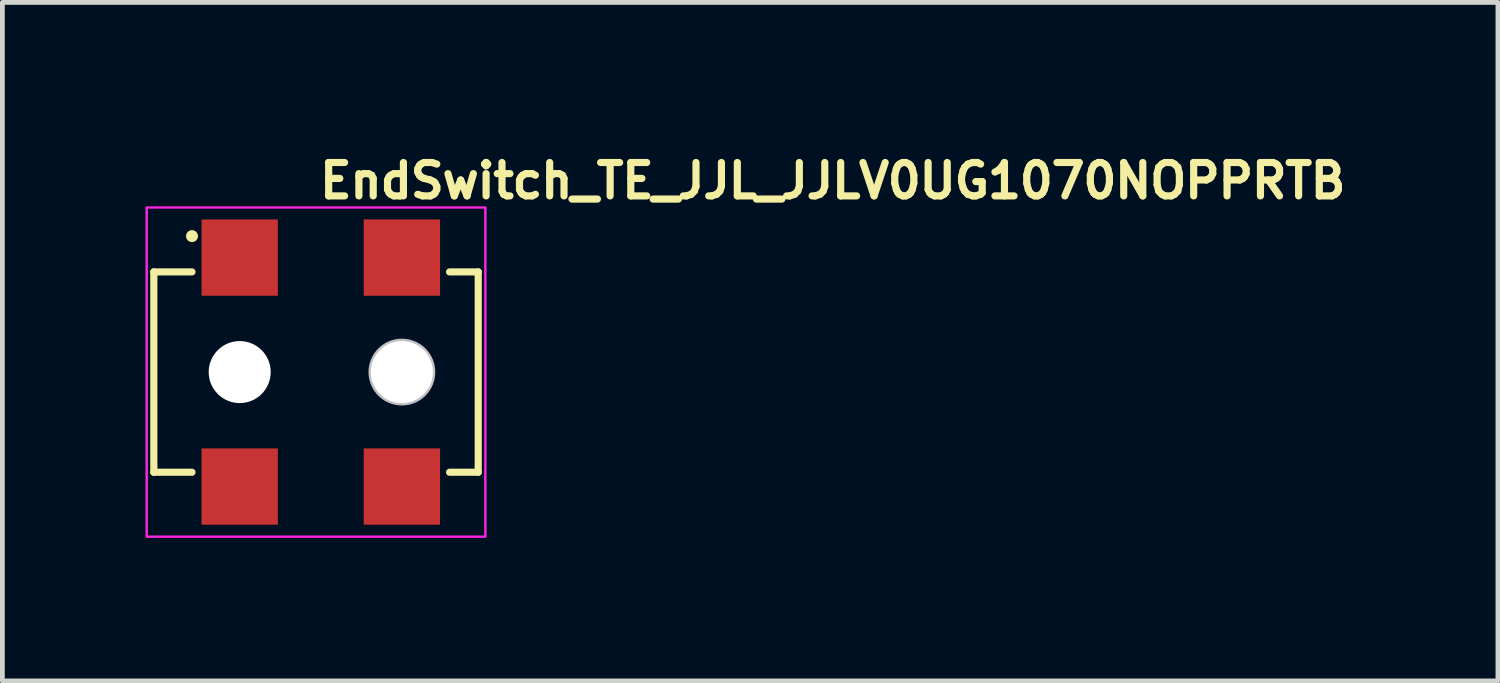
<source format=kicad_pcb>
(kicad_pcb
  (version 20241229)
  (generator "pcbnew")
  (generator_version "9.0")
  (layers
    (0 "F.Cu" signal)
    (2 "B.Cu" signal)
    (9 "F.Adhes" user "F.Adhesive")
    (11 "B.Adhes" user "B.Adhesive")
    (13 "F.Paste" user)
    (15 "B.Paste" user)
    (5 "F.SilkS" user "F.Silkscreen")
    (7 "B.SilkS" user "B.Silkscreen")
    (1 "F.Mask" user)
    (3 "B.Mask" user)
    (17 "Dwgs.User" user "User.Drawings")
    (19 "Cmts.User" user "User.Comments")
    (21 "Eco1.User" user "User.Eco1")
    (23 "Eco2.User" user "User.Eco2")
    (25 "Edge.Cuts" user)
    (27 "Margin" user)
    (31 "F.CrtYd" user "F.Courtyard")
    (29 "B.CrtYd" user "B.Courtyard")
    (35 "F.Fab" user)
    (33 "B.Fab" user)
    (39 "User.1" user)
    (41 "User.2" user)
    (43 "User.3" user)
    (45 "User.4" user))
  (footprint "EndSwitch_TE_JJL_JJLV0UG1070NOPPRTB"
    (layer "F.Cu")
    (at 3.575 4.75)
    (property "Reference" "EndSwitch_TE_JJL_JJLV0UG1070NOPPRTB" (at 0 -3.6 0) (layer "F.SilkS") (effects (font (size 0.7 0.7) (thickness 0.15)) (justify left bottom)))
    (attr smd)
    (fp_line (start -3.4 -2.1) (end -3.4 2.1) (stroke (width 0.15) (type solid)) (layer "F.SilkS"))
    (fp_line (start -3.4 2.1) (end -2.6 2.1) (stroke (width 0.15) (type solid)) (layer "F.SilkS"))
    (fp_line (start -2.6 -2.1) (end -3.4 -2.1) (stroke (width 0.15) (type solid)) (layer "F.SilkS"))
    (fp_line (start 2.8 2.1) (end 3.4 2.1) (stroke (width 0.15) (type solid)) (layer "F.SilkS"))
    (fp_line (start 3.4 -2.1) (end 2.8 -2.1) (stroke (width 0.15) (type solid)) (layer "F.SilkS"))
    (fp_line (start 3.4 2.1) (end 3.4 -2.1) (stroke (width 0.15) (type solid)) (layer "F.SilkS"))
    (fp_circle (center -2.6 -2.85) (end -2.55 -2.85) (stroke (width 0.15) (type solid)) (fill yes) (layer "F.SilkS"))
    (fp_circle (center 1.8 0) (end 2.4 0) (stroke (width 0.2) (type solid)) (fill no) (layer "Dwgs.User"))
    (fp_rect (start -3.55 -3.45) (end 3.55 3.45) (stroke (width 0.05) (type solid)) (fill no) (layer "F.CrtYd"))
    (fp_rect (start 3.3 2.58) (end -3.3 -2.58) (stroke (width 0.1) (type solid)) (fill no) (layer "User.5"))
    (fp_line (start -3.3 1.95) (end -3.3 -1.95) (stroke (width 0.02) (type solid)) (layer "User.9"))
    (fp_line (start -1.95 -2.58) (end -1.25 -2.58) (stroke (width 0.02) (type solid)) (layer "User.9"))
    (fp_line (start -1.95 -1.95) (end -1.95 -2.58) (stroke (width 0.02) (type solid)) (layer "User.9"))
    (fp_line (start -1.95 2.58) (end -1.95 1.95) (stroke (width 0.02) (type solid)) (layer "User.9"))
    (fp_line (start -1.95 2.58) (end -1.25 2.58) (stroke (width 0.02) (type solid)) (layer "User.9"))
    (fp_line (start -1.25 -1.95) (end -1.25 -2.58) (stroke (width 0.02) (type solid)) (layer "User.9"))
    (fp_line (start -1.25 2.58) (end -1.25 1.95) (stroke (width 0.02) (type solid)) (layer "User.9"))
    (fp_line (start -0.55 -1.95) (end -3.3 -1.95) (stroke (width 0.02) (type solid)) (layer "User.9"))
    (fp_line (start -0.55 -1.95) (end -0.55 -1.55) (stroke (width 0.02) (type solid)) (layer "User.9"))
    (fp_line (start -0.55 -1.55) (end -0.55 -1.95) (stroke (width 0.02) (type solid)) (layer "User.9"))
    (fp_line (start -0.55 1.55) (end -0.55 1.95) (stroke (width 0.02) (type solid)) (layer "User.9"))
    (fp_line (start -0.55 1.95) (end -3.3 1.95) (stroke (width 0.02) (type solid)) (layer "User.9"))
    (fp_line (start -0.55 1.95) (end -0.55 1.55) (stroke (width 0.02) (type solid)) (layer "User.9"))
    (fp_line (start -0.48 -1.8) (end -0.48 -1.55) (stroke (width 0.02) (type solid)) (layer "User.9"))
    (fp_line (start -0.48 1.8) (end -0.48 1.55) (stroke (width 0.02) (type solid)) (layer "User.9"))
    (fp_line (start 0.48 -1.8) (end -0.48 -1.8) (stroke (width 0.02) (type solid)) (layer "User.9"))
    (fp_line (start 0.48 -1.8) (end 0.48 -1.55) (stroke (width 0.02) (type solid)) (layer "User.9"))
    (fp_line (start 0.48 1.8) (end -0.48 1.8) (stroke (width 0.02) (type solid)) (layer "User.9"))
    (fp_line (start 0.48 1.8) (end 0.48 1.55) (stroke (width 0.02) (type solid)) (layer "User.9"))
    (fp_line (start 0.55 -1.95) (end -0.55 -1.95) (stroke (width 0.02) (type solid)) (layer "User.9"))
    (fp_line (start 0.55 -1.95) (end 0.55 -1.55) (stroke (width 0.02) (type solid)) (layer "User.9"))
    (fp_line (start 0.55 -1.55) (end -0.55 -1.55) (stroke (width 0.02) (type solid)) (layer "User.9"))
    (fp_line (start 0.55 -1.55) (end 0.55 -1.95) (stroke (width 0.02) (type solid)) (layer "User.9"))
    (fp_line (start 0.55 1.55) (end -0.55 1.55) (stroke (width 0.02) (type solid)) (layer "User.9"))
    (fp_line (start 0.55 1.55) (end 0.55 1.95) (stroke (width 0.02) (type solid)) (layer "User.9"))
    (fp_line (start 0.55 1.95) (end -0.55 1.95) (stroke (width 0.02) (type solid)) (layer "User.9"))
    (fp_line (start 0.55 1.95) (end 0.55 1.55) (stroke (width 0.02) (type solid)) (layer "User.9"))
    (fp_line (start 0.7 -0.022) (end 0.702 -0.074) (stroke (width 0.02) (type solid)) (layer "User.9"))
    (fp_line (start 0.7 0.029) (end 0.7 -0.022) (stroke (width 0.02) (type solid)) (layer "User.9"))
    (fp_line (start 0.701 -0.041) (end 0.7 0.012) (stroke (width 0.02) (type solid)) (layer "User.9"))
    (fp_line (start 0.702 -0.074) (end 0.707 -0.126) (stroke (width 0.02) (type solid)) (layer "User.9"))
    (fp_line (start 0.703 0.08) (end 0.7 0.029) (stroke (width 0.02) (type solid)) (layer "User.9"))
    (fp_line (start 0.704 -0.095) (end 0.701 -0.041) (stroke (width 0.02) (type solid)) (layer "User.9"))
    (fp_line (start 0.707 -0.126) (end 0.707 -0.126) (stroke (width 0.02) (type solid)) (layer "User.9"))
    (fp_line (start 0.707 -0.126) (end 0.714 -0.177) (stroke (width 0.02) (type solid)) (layer "User.9"))
    (fp_line (start 0.708 0.13) (end 0.703 0.08) (stroke (width 0.02) (type solid)) (layer "User.9"))
    (fp_line (start 0.71 -0.147) (end 0.704 -0.095) (stroke (width 0.02) (type solid)) (layer "User.9"))
    (fp_line (start 0.714 -0.177) (end 0.724 -0.228) (stroke (width 0.02) (type solid)) (layer "User.9"))
    (fp_line (start 0.715 0.18) (end 0.708 0.13) (stroke (width 0.02) (type solid)) (layer "User.9"))
    (fp_line (start 0.718 -0.199) (end 0.71 -0.147) (stroke (width 0.02) (type solid)) (layer "User.9"))
    (fp_line (start 0.724 -0.228) (end 0.736 -0.278) (stroke (width 0.02) (type solid)) (layer "User.9"))
    (fp_line (start 0.724 0.229) (end 0.715 0.18) (stroke (width 0.02) (type solid)) (layer "User.9"))
    (fp_line (start 0.729 -0.25) (end 0.718 -0.199) (stroke (width 0.02) (type solid)) (layer "User.9"))
    (fp_line (start 0.735 0.278) (end 0.724 0.229) (stroke (width 0.02) (type solid)) (layer "User.9"))
    (fp_line (start 0.736 -0.278) (end 0.75 -0.327) (stroke (width 0.02) (type solid)) (layer "User.9"))
    (fp_line (start 0.741 -0.3) (end 0.729 -0.25) (stroke (width 0.02) (type solid)) (layer "User.9"))
    (fp_line (start 0.749 0.325) (end 0.735 0.278) (stroke (width 0.02) (type solid)) (layer "User.9"))
    (fp_line (start 0.75 -0.327) (end 0.766 -0.375) (stroke (width 0.02) (type solid)) (layer "User.9"))
    (fp_line (start 0.757 -0.349) (end 0.741 -0.3) (stroke (width 0.02) (type solid)) (layer "User.9"))
    (fp_line (start 0.765 0.372) (end 0.749 0.325) (stroke (width 0.02) (type solid)) (layer "User.9"))
    (fp_line (start 0.766 -0.375) (end 0.784 -0.422) (stroke (width 0.02) (type solid)) (layer "User.9"))
    (fp_line (start 0.774 -0.397) (end 0.757 -0.349) (stroke (width 0.02) (type solid)) (layer "User.9"))
    (fp_line (start 0.783 0.418) (end 0.765 0.372) (stroke (width 0.02) (type solid)) (layer "User.9"))
    (fp_line (start 0.784 -0.422) (end 0.804 -0.468) (stroke (width 0.02) (type solid)) (layer "User.9"))
    (fp_line (start 0.794 -0.444) (end 0.774 -0.397) (stroke (width 0.02) (type solid)) (layer "User.9"))
    (fp_line (start 0.802 0.463) (end 0.783 0.418) (stroke (width 0.02) (type solid)) (layer "User.9"))
    (fp_line (start 0.804 -0.468) (end 0.826 -0.512) (stroke (width 0.02) (type solid)) (layer "User.9"))
    (fp_line (start 0.815 -0.49) (end 0.794 -0.444) (stroke (width 0.02) (type solid)) (layer "User.9"))
    (fp_line (start 0.824 0.508) (end 0.802 0.463) (stroke (width 0.02) (type solid)) (layer "User.9"))
    (fp_line (start 0.826 -0.512) (end 0.85 -0.556) (stroke (width 0.02) (type solid)) (layer "User.9"))
    (fp_line (start 0.839 -0.535) (end 0.815 -0.49) (stroke (width 0.02) (type solid)) (layer "User.9"))
    (fp_line (start 0.848 0.551) (end 0.824 0.508) (stroke (width 0.02) (type solid)) (layer "User.9"))
    (fp_line (start 0.85 -0.556) (end 0.876 -0.598) (stroke (width 0.02) (type solid)) (layer "User.9"))
    (fp_line (start 0.865 -0.579) (end 0.839 -0.535) (stroke (width 0.02) (type solid)) (layer "User.9"))
    (fp_line (start 0.873 0.593) (end 0.848 0.551) (stroke (width 0.02) (type solid)) (layer "User.9"))
    (fp_line (start 0.876 -0.598) (end 0.904 -0.639) (stroke (width 0.02) (type solid)) (layer "User.9"))
    (fp_line (start 0.892 -0.621) (end 0.865 -0.579) (stroke (width 0.02) (type solid)) (layer "User.9"))
    (fp_line (start 0.9 -0.002) (end 0.901 0.039) (stroke (width 0.02) (type solid)) (layer "User.9"))
    (fp_line (start 0.901 -0.043) (end 0.9 -0.002) (stroke (width 0.02) (type solid)) (layer "User.9"))
    (fp_line (start 0.901 0.039) (end 0.903 0.079) (stroke (width 0.02) (type solid)) (layer "User.9"))
    (fp_line (start 0.901 0.633) (end 0.873 0.593) (stroke (width 0.02) (type solid)) (layer "User.9"))
    (fp_line (start 0.903 0.079) (end 0.908 0.119) (stroke (width 0.02) (type solid)) (layer "User.9"))
    (fp_line (start 0.904 -0.639) (end 0.934 -0.678) (stroke (width 0.02) (type solid)) (layer "User.9"))
    (fp_line (start 0.904 -0.085) (end 0.901 -0.043) (stroke (width 0.02) (type solid)) (layer "User.9"))
    (fp_line (start 0.908 0.119) (end 0.914 0.159) (stroke (width 0.02) (type solid)) (layer "User.9"))
    (fp_line (start 0.909 -0.126) (end 0.904 -0.085) (stroke (width 0.02) (type solid)) (layer "User.9"))
    (fp_line (start 0.909 -0.126) (end 0.909 -0.126) (stroke (width 0.02) (type solid)) (layer "User.9"))
    (fp_line (start 0.914 0.159) (end 0.922 0.198) (stroke (width 0.02) (type solid)) (layer "User.9"))
    (fp_line (start 0.916 -0.168) (end 0.909 -0.126) (stroke (width 0.02) (type solid)) (layer "User.9"))
    (fp_line (start 0.922 -0.662) (end 0.892 -0.621) (stroke (width 0.02) (type solid)) (layer "User.9"))
    (fp_line (start 0.922 0.198) (end 0.932 0.237) (stroke (width 0.02) (type solid)) (layer "User.9"))
    (fp_line (start 0.924 -0.208) (end 0.916 -0.168) (stroke (width 0.02) (type solid)) (layer "User.9"))
    (fp_line (start 0.93 0.673) (end 0.901 0.633) (stroke (width 0.02) (type solid)) (layer "User.9"))
    (fp_line (start 0.932 0.237) (end 0.943 0.275) (stroke (width 0.02) (type solid)) (layer "User.9"))
    (fp_line (start 0.934 -0.678) (end 0.965 -0.716) (stroke (width 0.02) (type solid)) (layer "User.9"))
    (fp_line (start 0.935 -0.248) (end 0.924 -0.208) (stroke (width 0.02) (type solid)) (layer "User.9"))
    (fp_line (start 0.943 0.275) (end 0.956 0.313) (stroke (width 0.02) (type solid)) (layer "User.9"))
    (fp_line (start 0.947 -0.287) (end 0.935 -0.248) (stroke (width 0.02) (type solid)) (layer "User.9"))
    (fp_line (start 0.953 -0.702) (end 0.922 -0.662) (stroke (width 0.02) (type solid)) (layer "User.9"))
    (fp_line (start 0.956 0.313) (end 0.971 0.349) (stroke (width 0.02) (type solid)) (layer "User.9"))
    (fp_line (start 0.961 -0.325) (end 0.947 -0.287) (stroke (width 0.02) (type solid)) (layer "User.9"))
    (fp_line (start 0.961 0.711) (end 0.93 0.673) (stroke (width 0.02) (type solid)) (layer "User.9"))
    (fp_line (start 0.965 -0.716) (end 0.998 -0.753) (stroke (width 0.02) (type solid)) (layer "User.9"))
    (fp_line (start 0.971 0.349) (end 1.004 0.421) (stroke (width 0.02) (type solid)) (layer "User.9"))
    (fp_line (start 0.976 -0.362) (end 0.961 -0.325) (stroke (width 0.02) (type solid)) (layer "User.9"))
    (fp_line (start 0.986 -0.74) (end 0.953 -0.702) (stroke (width 0.02) (type solid)) (layer "User.9"))
    (fp_line (start 0.993 -0.399) (end 0.976 -0.362) (stroke (width 0.02) (type solid)) (layer "User.9"))
    (fp_line (start 0.993 0.748) (end 0.961 0.711) (stroke (width 0.02) (type solid)) (layer "User.9"))
    (fp_line (start 0.998 -0.753) (end 1.032 -0.788) (stroke (width 0.02) (type solid)) (layer "User.9"))
    (fp_line (start 1.004 0.421) (end 1.044 0.489) (stroke (width 0.02) (type solid)) (layer "User.9"))
    (fp_line (start 1.012 -0.434) (end 0.993 -0.399) (stroke (width 0.02) (type solid)) (layer "User.9"))
    (fp_line (start 1.021 -0.776) (end 0.986 -0.74) (stroke (width 0.02) (type solid)) (layer "User.9"))
    (fp_line (start 1.027 0.783) (end 0.993 0.748) (stroke (width 0.02) (type solid)) (layer "User.9"))
    (fp_line (start 1.032 -0.788) (end 1.068 -0.821) (stroke (width 0.02) (type solid)) (layer "User.9"))
    (fp_line (start 1.032 -0.469) (end 1.012 -0.434) (stroke (width 0.02) (type solid)) (layer "User.9"))
    (fp_line (start 1.044 0.489) (end 1.09 0.553) (stroke (width 0.02) (type solid)) (layer "User.9"))
    (fp_line (start 1.053 -0.502) (end 1.032 -0.469) (stroke (width 0.02) (type solid)) (layer "User.9"))
    (fp_line (start 1.057 -0.811) (end 1.021 -0.776) (stroke (width 0.02) (type solid)) (layer "User.9"))
    (fp_line (start 1.063 0.817) (end 1.027 0.783) (stroke (width 0.02) (type solid)) (layer "User.9"))
    (fp_line (start 1.068 -0.821) (end 1.105 -0.853) (stroke (width 0.02) (type solid)) (layer "User.9"))
    (fp_line (start 1.076 -0.535) (end 1.053 -0.502) (stroke (width 0.02) (type solid)) (layer "User.9"))
    (fp_line (start 1.09 0.553) (end 1.141 0.613) (stroke (width 0.02) (type solid)) (layer "User.9"))
    (fp_line (start 1.095 -0.845) (end 1.057 -0.811) (stroke (width 0.02) (type solid)) (layer "User.9"))
    (fp_line (start 1.1 -0.566) (end 1.076 -0.535) (stroke (width 0.02) (type solid)) (layer "User.9"))
    (fp_line (start 1.101 0.849) (end 1.063 0.817) (stroke (width 0.02) (type solid)) (layer "User.9"))
    (fp_line (start 1.105 -0.853) (end 1.144 -0.883) (stroke (width 0.02) (type solid)) (layer "User.9"))
    (fp_line (start 1.126 -0.596) (end 1.1 -0.566) (stroke (width 0.02) (type solid)) (layer "User.9"))
    (fp_line (start 1.135 -0.876) (end 1.095 -0.845) (stroke (width 0.02) (type solid)) (layer "User.9"))
    (fp_line (start 1.139 0.88) (end 1.101 0.849) (stroke (width 0.02) (type solid)) (layer "User.9"))
    (fp_line (start 1.141 0.613) (end 1.169 0.642) (stroke (width 0.02) (type solid)) (layer "User.9"))
    (fp_line (start 1.144 -0.883) (end 1.184 -0.912) (stroke (width 0.02) (type solid)) (layer "User.9"))
    (fp_line (start 1.153 -0.625) (end 1.126 -0.596) (stroke (width 0.02) (type solid)) (layer "User.9"))
    (fp_line (start 1.169 0.642) (end 1.198 0.669) (stroke (width 0.02) (type solid)) (layer "User.9"))
    (fp_line (start 1.176 -0.906) (end 1.135 -0.876) (stroke (width 0.02) (type solid)) (layer "User.9"))
    (fp_line (start 1.18 0.909) (end 1.139 0.88) (stroke (width 0.02) (type solid)) (layer "User.9"))
    (fp_line (start 1.181 -0.653) (end 1.153 -0.625) (stroke (width 0.02) (type solid)) (layer "User.9"))
    (fp_line (start 1.184 -0.912) (end 1.226 -0.938) (stroke (width 0.02) (type solid)) (layer "User.9"))
    (fp_line (start 1.198 0.669) (end 1.228 0.695) (stroke (width 0.02) (type solid)) (layer "User.9"))
    (fp_line (start 1.21 -0.68) (end 1.181 -0.653) (stroke (width 0.02) (type solid)) (layer "User.9"))
    (fp_line (start 1.218 -0.934) (end 1.176 -0.906) (stroke (width 0.02) (type solid)) (layer "User.9"))
    (fp_line (start 1.218 -0.017) (end 1.22 -0.057) (stroke (width 0.02) (type solid)) (layer "User.9"))
    (fp_line (start 1.218 -0.017) (end 1.22 0.023) (stroke (width 0.02) (type solid)) (layer "User.9"))
    (fp_line (start 1.22 -0.057) (end 1.223 -0.097) (stroke (width 0.02) (type solid)) (layer "User.9"))
    (fp_line (start 1.22 0.023) (end 1.223 0.062) (stroke (width 0.02) (type solid)) (layer "User.9"))
    (fp_line (start 1.222 0.936) (end 1.18 0.909) (stroke (width 0.02) (type solid)) (layer "User.9"))
    (fp_line (start 1.223 -0.097) (end 1.23 -0.136) (stroke (width 0.02) (type solid)) (layer "User.9"))
    (fp_line (start 1.223 0.062) (end 1.23 0.101) (stroke (width 0.02) (type solid)) (layer "User.9"))
    (fp_line (start 1.226 -0.938) (end 1.268 -0.963) (stroke (width 0.02) (type solid)) (layer "User.9"))
    (fp_line (start 1.228 0.695) (end 1.259 0.72) (stroke (width 0.02) (type solid)) (layer "User.9"))
    (fp_line (start 1.23 -0.136) (end 1.239 -0.174) (stroke (width 0.02) (type solid)) (layer "User.9"))
    (fp_line (start 1.23 0.101) (end 1.239 0.139) (stroke (width 0.02) (type solid)) (layer "User.9"))
    (fp_line (start 1.239 -0.174) (end 1.25 -0.211) (stroke (width 0.02) (type solid)) (layer "User.9"))
    (fp_line (start 1.239 0.139) (end 1.25 0.177) (stroke (width 0.02) (type solid)) (layer "User.9"))
    (fp_line (start 1.24 -0.705) (end 1.21 -0.68) (stroke (width 0.02) (type solid)) (layer "User.9"))
    (fp_line (start 1.25 -0.211) (end 1.264 -0.247) (stroke (width 0.02) (type solid)) (layer "User.9"))
    (fp_line (start 1.25 0.177) (end 1.264 0.213) (stroke (width 0.02) (type solid)) (layer "User.9"))
    (fp_line (start 1.259 0.72) (end 1.292 0.743) (stroke (width 0.02) (type solid)) (layer "User.9"))
    (fp_line (start 1.262 -0.96) (end 1.218 -0.934) (stroke (width 0.02) (type solid)) (layer "User.9"))
    (fp_line (start 1.264 -0.247) (end 1.28 -0.283) (stroke (width 0.02) (type solid)) (layer "User.9"))
    (fp_line (start 1.264 0.213) (end 1.28 0.249) (stroke (width 0.02) (type solid)) (layer "User.9"))
    (fp_line (start 1.265 0.961) (end 1.222 0.936) (stroke (width 0.02) (type solid)) (layer "User.9"))
    (fp_line (start 1.268 -0.963) (end 1.312 -0.986) (stroke (width 0.02) (type solid)) (layer "User.9"))
    (fp_line (start 1.272 -0.729) (end 1.24 -0.705) (stroke (width 0.02) (type solid)) (layer "User.9"))
    (fp_line (start 1.28 -0.283) (end 1.299 -0.317) (stroke (width 0.02) (type solid)) (layer "User.9"))
    (fp_line (start 1.28 0.249) (end 1.299 0.283) (stroke (width 0.02) (type solid)) (layer "User.9"))
    (fp_line (start 1.292 0.743) (end 1.326 0.765) (stroke (width 0.02) (type solid)) (layer "User.9"))
    (fp_line (start 1.299 -0.317) (end 1.319 -0.35) (stroke (width 0.02) (type solid)) (layer "User.9"))
    (fp_line (start 1.299 0.283) (end 1.319 0.316) (stroke (width 0.02) (type solid)) (layer "User.9"))
    (fp_line (start 1.3 -2.58) (end 2 -2.58) (stroke (width 0.02) (type solid)) (layer "User.9"))
    (fp_line (start 1.3 -1.95) (end 1.3 -2.58) (stroke (width 0.02) (type solid)) (layer "User.9"))
    (fp_line (start 1.3 2.58) (end 1.3 1.95) (stroke (width 0.02) (type solid)) (layer "User.9"))
    (fp_line (start 1.3 2.58) (end 2 2.58) (stroke (width 0.02) (type solid)) (layer "User.9"))
    (fp_line (start 1.304 -0.751) (end 1.272 -0.729) (stroke (width 0.02) (type solid)) (layer "User.9"))
    (fp_line (start 1.307 -0.984) (end 1.262 -0.96) (stroke (width 0.02) (type solid)) (layer "User.9"))
    (fp_line (start 1.309 0.985) (end 1.265 0.961) (stroke (width 0.02) (type solid)) (layer "User.9"))
    (fp_line (start 1.312 -0.986) (end 1.357 -1.007) (stroke (width 0.02) (type solid)) (layer "User.9"))
    (fp_line (start 1.319 -0.35) (end 1.342 -0.382) (stroke (width 0.02) (type solid)) (layer "User.9"))
    (fp_line (start 1.319 0.316) (end 1.342 0.347) (stroke (width 0.02) (type solid)) (layer "User.9"))
    (fp_line (start 1.326 0.765) (end 1.36 0.785) (stroke (width 0.02) (type solid)) (layer "User.9"))
    (fp_line (start 1.338 -0.772) (end 1.304 -0.751) (stroke (width 0.02) (type solid)) (layer "User.9"))
    (fp_line (start 1.342 -0.382) (end 1.366 -0.412) (stroke (width 0.02) (type solid)) (layer "User.9"))
    (fp_line (start 1.342 0.347) (end 1.366 0.378) (stroke (width 0.02) (type solid)) (layer "User.9"))
    (fp_line (start 1.353 -1.005) (end 1.307 -0.984) (stroke (width 0.02) (type solid)) (layer "User.9"))
    (fp_line (start 1.355 1.006) (end 1.309 0.985) (stroke (width 0.02) (type solid)) (layer "User.9"))
    (fp_line (start 1.357 -1.007) (end 1.402 -1.026) (stroke (width 0.02) (type solid)) (layer "User.9"))
    (fp_line (start 1.36 0.785) (end 1.396 0.804) (stroke (width 0.02) (type solid)) (layer "User.9"))
    (fp_line (start 1.366 -0.412) (end 1.393 -0.44) (stroke (width 0.02) (type solid)) (layer "User.9"))
    (fp_line (start 1.366 0.378) (end 1.393 0.406) (stroke (width 0.02) (type solid)) (layer "User.9"))
    (fp_line (start 1.372 -0.792) (end 1.338 -0.772) (stroke (width 0.02) (type solid)) (layer "User.9"))
    (fp_line (start 1.393 -0.44) (end 1.422 -0.467) (stroke (width 0.02) (type solid)) (layer "User.9"))
    (fp_line (start 1.393 0.406) (end 1.422 0.433) (stroke (width 0.02) (type solid)) (layer "User.9"))
    (fp_line (start 1.396 0.804) (end 1.433 0.822) (stroke (width 0.02) (type solid)) (layer "User.9"))
    (fp_line (start 1.401 -1.025) (end 1.353 -1.005) (stroke (width 0.02) (type solid)) (layer "User.9"))
    (fp_line (start 1.402 -1.026) (end 1.449 -1.043) (stroke (width 0.02) (type solid)) (layer "User.9"))
    (fp_line (start 1.402 1.026) (end 1.355 1.006) (stroke (width 0.02) (type solid)) (layer "User.9"))
    (fp_line (start 1.407 -0.81) (end 1.372 -0.792) (stroke (width 0.02) (type solid)) (layer "User.9"))
    (fp_line (start 1.415 -0.017) (end 1.416 -0.044) (stroke (width 0.02) (type solid)) (layer "User.9"))
    (fp_line (start 1.415 -0.017) (end 1.416 0.01) (stroke (width 0.02) (type solid)) (layer "User.9"))
    (fp_line (start 1.416 -0.044) (end 1.419 -0.071) (stroke (width 0.02) (type solid)) (layer "User.9"))
    (fp_line (start 1.416 0.01) (end 1.419 0.036) (stroke (width 0.02) (type solid)) (layer "User.9"))
    (fp_line (start 1.419 -0.071) (end 1.423 -0.097) (stroke (width 0.02) (type solid)) (layer "User.9"))
    (fp_line (start 1.419 0.036) (end 1.423 0.062) (stroke (width 0.02) (type solid)) (layer "User.9"))
    (fp_line (start 1.422 -0.467) (end 1.452 -0.492) (stroke (width 0.02) (type solid)) (layer "User.9"))
    (fp_line (start 1.422 0.433) (end 1.452 0.458) (stroke (width 0.02) (type solid)) (layer "User.9"))
    (fp_line (start 1.423 -0.097) (end 1.429 -0.122) (stroke (width 0.02) (type solid)) (layer "User.9"))
    (fp_line (start 1.423 0.062) (end 1.429 0.088) (stroke (width 0.02) (type solid)) (layer "User.9"))
    (fp_line (start 1.429 -0.122) (end 1.437 -0.147) (stroke (width 0.02) (type solid)) (layer "User.9"))
    (fp_line (start 1.429 0.088) (end 1.437 0.113) (stroke (width 0.02) (type solid)) (layer "User.9"))
    (fp_line (start 1.433 0.822) (end 1.471 0.838) (stroke (width 0.02) (type solid)) (layer "User.9"))
    (fp_line (start 1.437 -0.147) (end 1.446 -0.172) (stroke (width 0.02) (type solid)) (layer "User.9"))
    (fp_line (start 1.437 0.113) (end 1.446 0.138) (stroke (width 0.02) (type solid)) (layer "User.9"))
    (fp_line (start 1.444 -0.827) (end 1.407 -0.81) (stroke (width 0.02) (type solid)) (layer "User.9"))
    (fp_line (start 1.446 -0.172) (end 1.457 -0.196) (stroke (width 0.02) (type solid)) (layer "User.9"))
    (fp_line (start 1.446 0.138) (end 1.457 0.161) (stroke (width 0.02) (type solid)) (layer "User.9"))
    (fp_line (start 1.449 -1.043) (end 1.497 -1.058) (stroke (width 0.02) (type solid)) (layer "User.9"))
    (fp_line (start 1.45 -1.043) (end 1.401 -1.025) (stroke (width 0.02) (type solid)) (layer "User.9"))
    (fp_line (start 1.45 1.043) (end 1.402 1.026) (stroke (width 0.02) (type solid)) (layer "User.9"))
    (fp_line (start 1.452 -0.492) (end 1.484 -0.516) (stroke (width 0.02) (type solid)) (layer "User.9"))
    (fp_line (start 1.452 0.458) (end 1.484 0.481) (stroke (width 0.02) (type solid)) (layer "User.9"))
    (fp_line (start 1.457 -0.196) (end 1.469 -0.219) (stroke (width 0.02) (type solid)) (layer "User.9"))
    (fp_line (start 1.457 0.161) (end 1.469 0.184) (stroke (width 0.02) (type solid)) (layer "User.9"))
    (fp_line (start 1.469 -0.219) (end 1.483 -0.241) (stroke (width 0.02) (type solid)) (layer "User.9"))
    (fp_line (start 1.469 0.184) (end 1.483 0.207) (stroke (width 0.02) (type solid)) (layer "User.9"))
    (fp_line (start 1.471 0.838) (end 1.51 0.852) (stroke (width 0.02) (type solid)) (layer "User.9"))
    (fp_line (start 1.48 -0.842) (end 1.444 -0.827) (stroke (width 0.02) (type solid)) (layer "User.9"))
    (fp_line (start 1.483 -0.241) (end 1.498 -0.262) (stroke (width 0.02) (type solid)) (layer "User.9"))
    (fp_line (start 1.483 0.207) (end 1.498 0.228) (stroke (width 0.02) (type solid)) (layer "User.9"))
    (fp_line (start 1.484 -0.516) (end 1.518 -0.537) (stroke (width 0.02) (type solid)) (layer "User.9"))
    (fp_line (start 1.484 0.481) (end 1.518 0.502) (stroke (width 0.02) (type solid)) (layer "User.9"))
    (fp_line (start 1.497 -1.058) (end 1.546 -1.07) (stroke (width 0.02) (type solid)) (layer "User.9"))
    (fp_line (start 1.498 -0.262) (end 1.515 -0.282) (stroke (width 0.02) (type solid)) (layer "User.9"))
    (fp_line (start 1.498 0.228) (end 1.515 0.248) (stroke (width 0.02) (type solid)) (layer "User.9"))
    (fp_line (start 1.499 -1.058) (end 1.45 -1.043) (stroke (width 0.02) (type solid)) (layer "User.9"))
    (fp_line (start 1.5 1.058) (end 1.45 1.043) (stroke (width 0.02) (type solid)) (layer "User.9"))
    (fp_line (start 1.51 0.852) (end 1.55 0.865) (stroke (width 0.02) (type solid)) (layer "User.9"))
    (fp_line (start 1.515 -0.282) (end 1.533 -0.302) (stroke (width 0.02) (type solid)) (layer "User.9"))
    (fp_line (start 1.515 0.248) (end 1.533 0.267) (stroke (width 0.02) (type solid)) (layer "User.9"))
    (fp_line (start 1.518 -0.855) (end 1.48 -0.842) (stroke (width 0.02) (type solid)) (layer "User.9"))
    (fp_line (start 1.518 -0.537) (end 1.518 -0.537) (stroke (width 0.02) (type solid)) (layer "User.9"))
    (fp_line (start 1.518 -0.537) (end 1.553 -0.556) (stroke (width 0.02) (type solid)) (layer "User.9"))
    (fp_line (start 1.518 0.502) (end 1.518 0.502) (stroke (width 0.02) (type solid)) (layer "User.9"))
    (fp_line (start 1.518 0.502) (end 1.553 0.521) (stroke (width 0.02) (type solid)) (layer "User.9"))
    (fp_line (start 1.533 -0.302) (end 1.552 -0.32) (stroke (width 0.02) (type solid)) (layer "User.9"))
    (fp_line (start 1.533 0.267) (end 1.552 0.285) (stroke (width 0.02) (type solid)) (layer "User.9"))
    (fp_line (start 1.546 -1.07) (end 1.595 -1.081) (stroke (width 0.02) (type solid)) (layer "User.9"))
    (fp_line (start 1.55 -1.071) (end 1.499 -1.058) (stroke (width 0.02) (type solid)) (layer "User.9"))
    (fp_line (start 1.55 0.865) (end 1.55 1.071) (stroke (width 0.02) (type solid)) (layer "User.9"))
    (fp_line (start 1.55 0.865) (end 1.55 1.7) (stroke (width 0.02) (type solid)) (layer "User.9"))
    (fp_line (start 1.55 1.071) (end 1.5 1.058) (stroke (width 0.02) (type solid)) (layer "User.9"))
    (fp_line (start 1.55 1.071) (end 1.55 1.7) (stroke (width 0.02) (type solid)) (layer "User.9"))
    (fp_line (start 1.55 1.7) (end 2.05 1.7) (stroke (width 0.02) (type solid)) (layer "User.9"))
    (fp_line (start 1.552 -0.32) (end 1.572 -0.336) (stroke (width 0.02) (type solid)) (layer "User.9"))
    (fp_line (start 1.552 0.285) (end 1.572 0.302) (stroke (width 0.02) (type solid)) (layer "User.9"))
    (fp_line (start 1.553 -0.556) (end 1.59 -0.572) (stroke (width 0.02) (type solid)) (layer "User.9"))
    (fp_line (start 1.553 0.521) (end 1.59 0.538) (stroke (width 0.02) (type solid)) (layer "User.9"))
    (fp_line (start 1.557 -0.867) (end 1.518 -0.855) (stroke (width 0.02) (type solid)) (layer "User.9"))
    (fp_line (start 1.572 -0.336) (end 1.594 -0.352) (stroke (width 0.02) (type solid)) (layer "User.9"))
    (fp_line (start 1.572 0.302) (end 1.594 0.318) (stroke (width 0.02) (type solid)) (layer "User.9"))
    (fp_line (start 1.59 -0.572) (end 1.627 -0.586) (stroke (width 0.02) (type solid)) (layer "User.9"))
    (fp_line (start 1.59 0.538) (end 1.627 0.551) (stroke (width 0.02) (type solid)) (layer "User.9"))
    (fp_line (start 1.594 -0.352) (end 1.617 -0.366) (stroke (width 0.02) (type solid)) (layer "User.9"))
    (fp_line (start 1.594 0.318) (end 1.617 0.332) (stroke (width 0.02) (type solid)) (layer "User.9"))
    (fp_line (start 1.595 -1.081) (end 1.645 -1.089) (stroke (width 0.02) (type solid)) (layer "User.9"))
    (fp_line (start 1.596 -0.877) (end 1.557 -0.867) (stroke (width 0.02) (type solid)) (layer "User.9"))
    (fp_line (start 1.602 -1.082) (end 1.55 -1.071) (stroke (width 0.02) (type solid)) (layer "User.9"))
    (fp_line (start 1.617 -0.366) (end 1.617 -0.366) (stroke (width 0.02) (type solid)) (layer "User.9"))
    (fp_line (start 1.617 -0.366) (end 1.64 -0.379) (stroke (width 0.02) (type solid)) (layer "User.9"))
    (fp_line (start 1.617 0.332) (end 1.617 0.332) (stroke (width 0.02) (type solid)) (layer "User.9"))
    (fp_line (start 1.617 0.332) (end 1.64 0.345) (stroke (width 0.02) (type solid)) (layer "User.9"))
    (fp_line (start 1.627 -0.586) (end 1.664 -0.597) (stroke (width 0.02) (type solid)) (layer "User.9"))
    (fp_line (start 1.627 0.551) (end 1.664 0.563) (stroke (width 0.02) (type solid)) (layer "User.9"))
    (fp_line (start 1.636 -0.885) (end 1.596 -0.877) (stroke (width 0.02) (type solid)) (layer "User.9"))
    (fp_line (start 1.64 -0.379) (end 1.665 -0.39) (stroke (width 0.02) (type solid)) (layer "User.9"))
    (fp_line (start 1.64 0.345) (end 1.665 0.356) (stroke (width 0.02) (type solid)) (layer "User.9"))
    (fp_line (start 1.645 -1.089) (end 1.696 -1.095) (stroke (width 0.02) (type solid)) (layer "User.9"))
    (fp_line (start 1.654 -1.09) (end 1.602 -1.082) (stroke (width 0.02) (type solid)) (layer "User.9"))
    (fp_line (start 1.664 -0.597) (end 1.702 -0.606) (stroke (width 0.02) (type solid)) (layer "User.9"))
    (fp_line (start 1.664 0.563) (end 1.702 0.572) (stroke (width 0.02) (type solid)) (layer "User.9"))
    (fp_line (start 1.665 -0.39) (end 1.689 -0.399) (stroke (width 0.02) (type solid)) (layer "User.9"))
    (fp_line (start 1.665 0.356) (end 1.689 0.365) (stroke (width 0.02) (type solid)) (layer "User.9"))
    (fp_line (start 1.676 -0.891) (end 1.636 -0.885) (stroke (width 0.02) (type solid)) (layer "User.9"))
    (fp_line (start 1.689 -0.399) (end 1.715 -0.407) (stroke (width 0.02) (type solid)) (layer "User.9"))
    (fp_line (start 1.689 0.365) (end 1.715 0.372) (stroke (width 0.02) (type solid)) (layer "User.9"))
    (fp_line (start 1.696 -1.095) (end 1.748 -1.099) (stroke (width 0.02) (type solid)) (layer "User.9"))
    (fp_line (start 1.702 -0.606) (end 1.741 -0.612) (stroke (width 0.02) (type solid)) (layer "User.9"))
    (fp_line (start 1.702 0.572) (end 1.741 0.578) (stroke (width 0.02) (type solid)) (layer "User.9"))
    (fp_line (start 1.708 -1.096) (end 1.654 -1.09) (stroke (width 0.02) (type solid)) (layer "User.9"))
    (fp_line (start 1.708 -1.096) (end 1.708 -1.096) (stroke (width 0.02) (type solid)) (layer "User.9"))
    (fp_line (start 1.715 -0.407) (end 1.74 -0.413) (stroke (width 0.02) (type solid)) (layer "User.9"))
    (fp_line (start 1.715 0.372) (end 1.74 0.378) (stroke (width 0.02) (type solid)) (layer "User.9"))
    (fp_line (start 1.717 -0.896) (end 1.676 -0.891) (stroke (width 0.02) (type solid)) (layer "User.9"))
    (fp_line (start 1.74 -0.413) (end 1.766 -0.417) (stroke (width 0.02) (type solid)) (layer "User.9"))
    (fp_line (start 1.74 0.378) (end 1.766 0.383) (stroke (width 0.02) (type solid)) (layer "User.9"))
    (fp_line (start 1.741 -0.612) (end 1.779 -0.616) (stroke (width 0.02) (type solid)) (layer "User.9"))
    (fp_line (start 1.741 0.578) (end 1.779 0.582) (stroke (width 0.02) (type solid)) (layer "User.9"))
    (fp_line (start 1.748 -1.099) (end 1.8 -1.1) (stroke (width 0.02) (type solid)) (layer "User.9"))
    (fp_line (start 1.758 -0.899) (end 1.717 -0.896) (stroke (width 0.02) (type solid)) (layer "User.9"))
    (fp_line (start 1.761 -1.099) (end 1.708 -1.096) (stroke (width 0.02) (type solid)) (layer "User.9"))
    (fp_line (start 1.766 -0.417) (end 1.792 -0.419) (stroke (width 0.02) (type solid)) (layer "User.9"))
    (fp_line (start 1.766 0.383) (end 1.792 0.385) (stroke (width 0.02) (type solid)) (layer "User.9"))
    (fp_line (start 1.779 -0.616) (end 1.818 -0.617) (stroke (width 0.02) (type solid)) (layer "User.9"))
    (fp_line (start 1.779 0.582) (end 1.818 0.583) (stroke (width 0.02) (type solid)) (layer "User.9"))
    (fp_line (start 1.792 -0.419) (end 1.818 -0.42) (stroke (width 0.02) (type solid)) (layer "User.9"))
    (fp_line (start 1.792 0.385) (end 1.818 0.386) (stroke (width 0.02) (type solid)) (layer "User.9"))
    (fp_line (start 1.8 -1.1) (end 1.8 -1.1) (stroke (width 0.02) (type solid)) (layer "User.9"))
    (fp_line (start 1.8 -1.1) (end 1.852 -1.099) (stroke (width 0.02) (type solid)) (layer "User.9"))
    (fp_line (start 1.8 -0.9) (end 1.758 -0.899) (stroke (width 0.02) (type solid)) (layer "User.9"))
    (fp_line (start 1.8 -0.9) (end 1.8 -0.9) (stroke (width 0.02) (type solid)) (layer "User.9"))
    (fp_line (start 1.815 -1.1) (end 1.761 -1.099) (stroke (width 0.02) (type solid)) (layer "User.9"))
    (fp_line (start 1.818 -0.617) (end 1.857 -0.616) (stroke (width 0.02) (type solid)) (layer "User.9"))
    (fp_line (start 1.818 -0.42) (end 1.844 -0.419) (stroke (width 0.02) (type solid)) (layer "User.9"))
    (fp_line (start 1.818 0.386) (end 1.844 0.385) (stroke (width 0.02) (type solid)) (layer "User.9"))
    (fp_line (start 1.818 0.583) (end 1.857 0.582) (stroke (width 0.02) (type solid)) (layer "User.9"))
    (fp_line (start 1.842 -0.899) (end 1.8 -0.9) (stroke (width 0.02) (type solid)) (layer "User.9"))
    (fp_line (start 1.844 -0.419) (end 1.87 -0.417) (stroke (width 0.02) (type solid)) (layer "User.9"))
    (fp_line (start 1.844 0.385) (end 1.87 0.383) (stroke (width 0.02) (type solid)) (layer "User.9"))
    (fp_line (start 1.852 -1.099) (end 1.904 -1.095) (stroke (width 0.02) (type solid)) (layer "User.9"))
    (fp_line (start 1.857 -0.616) (end 1.896 -0.612) (stroke (width 0.02) (type solid)) (layer "User.9"))
    (fp_line (start 1.857 0.582) (end 1.896 0.578) (stroke (width 0.02) (type solid)) (layer "User.9"))
    (fp_line (start 1.867 -1.098) (end 1.815 -1.1) (stroke (width 0.02) (type solid)) (layer "User.9"))
    (fp_line (start 1.87 -0.417) (end 1.896 -0.413) (stroke (width 0.02) (type solid)) (layer "User.9"))
    (fp_line (start 1.87 0.383) (end 1.896 0.378) (stroke (width 0.02) (type solid)) (layer "User.9"))
    (fp_line (start 1.883 -0.896) (end 1.842 -0.899) (stroke (width 0.02) (type solid)) (layer "User.9"))
    (fp_line (start 1.896 -0.612) (end 1.934 -0.606) (stroke (width 0.02) (type solid)) (layer "User.9"))
    (fp_line (start 1.896 -0.413) (end 1.922 -0.407) (stroke (width 0.02) (type solid)) (layer "User.9"))
    (fp_line (start 1.896 0.378) (end 1.922 0.372) (stroke (width 0.02) (type solid)) (layer "User.9"))
    (fp_line (start 1.896 0.578) (end 1.934 0.572) (stroke (width 0.02) (type solid)) (layer "User.9"))
    (fp_line (start 1.904 -1.095) (end 1.955 -1.089) (stroke (width 0.02) (type solid)) (layer "User.9"))
    (fp_line (start 1.92 -1.094) (end 1.867 -1.098) (stroke (width 0.02) (type solid)) (layer "User.9"))
    (fp_line (start 1.922 -0.407) (end 1.947 -0.399) (stroke (width 0.02) (type solid)) (layer "User.9"))
    (fp_line (start 1.922 0.372) (end 1.947 0.365) (stroke (width 0.02) (type solid)) (layer "User.9"))
    (fp_line (start 1.924 -0.891) (end 1.883 -0.896) (stroke (width 0.02) (type solid)) (layer "User.9"))
    (fp_line (start 1.934 -0.606) (end 1.972 -0.597) (stroke (width 0.02) (type solid)) (layer "User.9"))
    (fp_line (start 1.934 0.572) (end 1.972 0.563) (stroke (width 0.02) (type solid)) (layer "User.9"))
    (fp_line (start 1.947 -0.399) (end 1.972 -0.39) (stroke (width 0.02) (type solid)) (layer "User.9"))
    (fp_line (start 1.947 0.365) (end 1.972 0.356) (stroke (width 0.02) (type solid)) (layer "User.9"))
    (fp_line (start 1.955 -1.089) (end 2.005 -1.081) (stroke (width 0.02) (type solid)) (layer "User.9"))
    (fp_line (start 1.964 -0.885) (end 1.924 -0.891) (stroke (width 0.02) (type solid)) (layer "User.9"))
    (fp_line (start 1.971 -1.087) (end 1.92 -1.094) (stroke (width 0.02) (type solid)) (layer "User.9"))
    (fp_line (start 1.972 -0.597) (end 2.01 -0.586) (stroke (width 0.02) (type solid)) (layer "User.9"))
    (fp_line (start 1.972 -0.39) (end 1.996 -0.379) (stroke (width 0.02) (type solid)) (layer "User.9"))
    (fp_line (start 1.972 0.356) (end 1.996 0.345) (stroke (width 0.02) (type solid)) (layer "User.9"))
    (fp_line (start 1.972 0.563) (end 2.01 0.551) (stroke (width 0.02) (type solid)) (layer "User.9"))
    (fp_line (start 1.996 -0.379) (end 2.02 -0.366) (stroke (width 0.02) (type solid)) (layer "User.9"))
    (fp_line (start 1.996 0.345) (end 2.02 0.332) (stroke (width 0.02) (type solid)) (layer "User.9"))
    (fp_line (start 2 -1.95) (end 2 -2.58) (stroke (width 0.02) (type solid)) (layer "User.9"))
    (fp_line (start 2 2.58) (end 2 1.95) (stroke (width 0.02) (type solid)) (layer "User.9"))
    (fp_line (start 2.004 -0.877) (end 1.964 -0.885) (stroke (width 0.02) (type solid)) (layer "User.9"))
    (fp_line (start 2.005 -1.081) (end 2.054 -1.07) (stroke (width 0.02) (type solid)) (layer "User.9"))
    (fp_line (start 2.01 -0.586) (end 2.047 -0.572) (stroke (width 0.02) (type solid)) (layer "User.9"))
    (fp_line (start 2.01 0.551) (end 2.047 0.538) (stroke (width 0.02) (type solid)) (layer "User.9"))
    (fp_line (start 2.02 -0.366) (end 2.02 -0.366) (stroke (width 0.02) (type solid)) (layer "User.9"))
    (fp_line (start 2.02 -0.366) (end 2.031 -0.359) (stroke (width 0.02) (type solid)) (layer "User.9"))
    (fp_line (start 2.02 0.332) (end 2.02 0.332) (stroke (width 0.02) (type solid)) (layer "User.9"))
    (fp_line (start 2.02 0.332) (end 2.031 0.325) (stroke (width 0.02) (type solid)) (layer "User.9"))
    (fp_line (start 2.022 -1.078) (end 1.971 -1.087) (stroke (width 0.02) (type solid)) (layer "User.9"))
    (fp_line (start 2.031 -0.359) (end 2.043 -0.352) (stroke (width 0.02) (type solid)) (layer "User.9"))
    (fp_line (start 2.031 0.325) (end 2.043 0.318) (stroke (width 0.02) (type solid)) (layer "User.9"))
    (fp_line (start 2.043 -0.867) (end 2.004 -0.877) (stroke (width 0.02) (type solid)) (layer "User.9"))
    (fp_line (start 2.043 -0.352) (end 2.054 -0.344) (stroke (width 0.02) (type solid)) (layer "User.9"))
    (fp_line (start 2.043 0.318) (end 2.054 0.31) (stroke (width 0.02) (type solid)) (layer "User.9"))
    (fp_line (start 2.047 -0.572) (end 2.083 -0.556) (stroke (width 0.02) (type solid)) (layer "User.9"))
    (fp_line (start 2.047 0.538) (end 2.083 0.521) (stroke (width 0.02) (type solid)) (layer "User.9"))
    (fp_line (start 2.05 0.865) (end 2.09 0.852) (stroke (width 0.02) (type solid)) (layer "User.9"))
    (fp_line (start 2.05 0.885) (end 2.05 0.865) (stroke (width 0.02) (type solid)) (layer "User.9"))
    (fp_line (start 2.05 1.071) (end 2.05 0.999) (stroke (width 0.02) (type solid)) (layer "User.9"))
    (fp_line (start 2.05 1.071) (end 2.102 1.058) (stroke (width 0.02) (type solid)) (layer "User.9"))
    (fp_line (start 2.05 1.7) (end 2.05 0.865) (stroke (width 0.02) (type solid)) (layer "User.9"))
    (fp_line (start 2.054 -1.07) (end 2.103 -1.058) (stroke (width 0.02) (type solid)) (layer "User.9"))
    (fp_line (start 2.054 -0.344) (end 2.064 -0.336) (stroke (width 0.02) (type solid)) (layer "User.9"))
    (fp_line (start 2.054 0.31) (end 2.064 0.302) (stroke (width 0.02) (type solid)) (layer "User.9"))
    (fp_line (start 2.064 -0.336) (end 2.075 -0.328) (stroke (width 0.02) (type solid)) (layer "User.9"))
    (fp_line (start 2.064 0.302) (end 2.075 0.294) (stroke (width 0.02) (type solid)) (layer "User.9"))
    (fp_line (start 2.072 -1.066) (end 2.022 -1.078) (stroke (width 0.02) (type solid)) (layer "User.9"))
    (fp_line (start 2.075 -0.328) (end 2.085 -0.32) (stroke (width 0.02) (type solid)) (layer "User.9"))
    (fp_line (start 2.075 0.294) (end 2.085 0.285) (stroke (width 0.02) (type solid)) (layer "User.9"))
    (fp_line (start 2.082 -0.855) (end 2.043 -0.867) (stroke (width 0.02) (type solid)) (layer "User.9"))
    (fp_line (start 2.083 -0.556) (end 2.118 -0.537) (stroke (width 0.02) (type solid)) (layer "User.9"))
    (fp_line (start 2.083 0.521) (end 2.118 0.502) (stroke (width 0.02) (type solid)) (layer "User.9"))
    (fp_line (start 2.085 -0.32) (end 2.094 -0.311) (stroke (width 0.02) (type solid)) (layer "User.9"))
    (fp_line (start 2.085 0.285) (end 2.094 0.276) (stroke (width 0.02) (type solid)) (layer "User.9"))
    (fp_line (start 2.09 0.852) (end 2.129 0.838) (stroke (width 0.02) (type solid)) (layer "User.9"))
    (fp_line (start 2.094 -0.311) (end 2.104 -0.302) (stroke (width 0.02) (type solid)) (layer "User.9"))
    (fp_line (start 2.094 0.276) (end 2.104 0.267) (stroke (width 0.02) (type solid)) (layer "User.9"))
    (fp_line (start 2.1 1.058) (end 2.05 1.071) (stroke (width 0.02) (type solid)) (layer "User.9"))
    (fp_line (start 2.102 1.058) (end 2.153 1.042) (stroke (width 0.02) (type solid)) (layer "User.9"))
    (fp_line (start 2.103 -1.058) (end 2.151 -1.043) (stroke (width 0.02) (type solid)) (layer "User.9"))
    (fp_line (start 2.104 -0.302) (end 2.113 -0.292) (stroke (width 0.02) (type solid)) (layer "User.9"))
    (fp_line (start 2.104 0.267) (end 2.113 0.258) (stroke (width 0.02) (type solid)) (layer "User.9"))
    (fp_line (start 2.113 -0.292) (end 2.122 -0.282) (stroke (width 0.02) (type solid)) (layer "User.9"))
    (fp_line (start 2.113 0.258) (end 2.122 0.248) (stroke (width 0.02) (type solid)) (layer "User.9"))
    (fp_line (start 2.118 -0.537) (end 2.118 -0.537) (stroke (width 0.02) (type solid)) (layer "User.9"))
    (fp_line (start 2.118 -0.537) (end 2.135 -0.526) (stroke (width 0.02) (type solid)) (layer "User.9"))
    (fp_line (start 2.118 0.502) (end 2.118 0.502) (stroke (width 0.02) (type solid)) (layer "User.9"))
    (fp_line (start 2.118 0.502) (end 2.135 0.492) (stroke (width 0.02) (type solid)) (layer "User.9"))
    (fp_line (start 2.12 -0.842) (end 2.082 -0.855) (stroke (width 0.02) (type solid)) (layer "User.9"))
    (fp_line (start 2.122 -1.052) (end 2.072 -1.066) (stroke (width 0.02) (type solid)) (layer "User.9"))
    (fp_line (start 2.122 -0.282) (end 2.13 -0.272) (stroke (width 0.02) (type solid)) (layer "User.9"))
    (fp_line (start 2.122 0.248) (end 2.13 0.238) (stroke (width 0.02) (type solid)) (layer "User.9"))
    (fp_line (start 2.129 0.838) (end 2.167 0.822) (stroke (width 0.02) (type solid)) (layer "User.9"))
    (fp_line (start 2.13 -0.272) (end 2.138 -0.262) (stroke (width 0.02) (type solid)) (layer "User.9"))
    (fp_line (start 2.13 0.238) (end 2.138 0.228) (stroke (width 0.02) (type solid)) (layer "User.9"))
    (fp_line (start 2.135 -0.526) (end 2.152 -0.516) (stroke (width 0.02) (type solid)) (layer "User.9"))
    (fp_line (start 2.135 0.492) (end 2.152 0.481) (stroke (width 0.02) (type solid)) (layer "User.9"))
    (fp_line (start 2.138 -0.262) (end 2.146 -0.252) (stroke (width 0.02) (type solid)) (layer "User.9"))
    (fp_line (start 2.138 0.228) (end 2.146 0.217) (stroke (width 0.02) (type solid)) (layer "User.9"))
    (fp_line (start 2.146 -0.252) (end 2.154 -0.241) (stroke (width 0.02) (type solid)) (layer "User.9"))
    (fp_line (start 2.146 0.217) (end 2.154 0.207) (stroke (width 0.02) (type solid)) (layer "User.9"))
    (fp_line (start 2.15 1.043) (end 2.1 1.058) (stroke (width 0.02) (type solid)) (layer "User.9"))
    (fp_line (start 2.151 -1.043) (end 2.198 -1.026) (stroke (width 0.02) (type solid)) (layer "User.9"))
    (fp_line (start 2.152 -0.516) (end 2.168 -0.504) (stroke (width 0.02) (type solid)) (layer "User.9"))
    (fp_line (start 2.152 0.481) (end 2.168 0.47) (stroke (width 0.02) (type solid)) (layer "User.9"))
    (fp_line (start 2.153 1.042) (end 2.203 1.024) (stroke (width 0.02) (type solid)) (layer "User.9"))
    (fp_line (start 2.154 -0.241) (end 2.161 -0.23) (stroke (width 0.02) (type solid)) (layer "User.9"))
    (fp_line (start 2.154 0.207) (end 2.161 0.196) (stroke (width 0.02) (type solid)) (layer "User.9"))
    (fp_line (start 2.156 -0.827) (end 2.12 -0.842) (stroke (width 0.02) (type solid)) (layer "User.9"))
    (fp_line (start 2.161 -0.23) (end 2.167 -0.219) (stroke (width 0.02) (type solid)) (layer "User.9"))
    (fp_line (start 2.161 0.196) (end 2.167 0.184) (stroke (width 0.02) (type solid)) (layer "User.9"))
    (fp_line (start 2.167 -0.219) (end 2.174 -0.207) (stroke (width 0.02) (type solid)) (layer "User.9"))
    (fp_line (start 2.167 0.184) (end 2.174 0.173) (stroke (width 0.02) (type solid)) (layer "User.9"))
    (fp_line (start 2.167 0.822) (end 2.204 0.804) (stroke (width 0.02) (type solid)) (layer "User.9"))
    (fp_line (start 2.168 -0.504) (end 2.184 -0.492) (stroke (width 0.02) (type solid)) (layer "User.9"))
    (fp_line (start 2.168 0.47) (end 2.184 0.458) (stroke (width 0.02) (type solid)) (layer "User.9"))
    (fp_line (start 2.17 -1.036) (end 2.122 -1.052) (stroke (width 0.02) (type solid)) (layer "User.9"))
    (fp_line (start 2.174 -0.207) (end 2.18 -0.196) (stroke (width 0.02) (type solid)) (layer "User.9"))
    (fp_line (start 2.174 0.173) (end 2.18 0.161) (stroke (width 0.02) (type solid)) (layer "User.9"))
    (fp_line (start 2.18 -0.196) (end 2.185 -0.184) (stroke (width 0.02) (type solid)) (layer "User.9"))
    (fp_line (start 2.18 0.161) (end 2.185 0.15) (stroke (width 0.02) (type solid)) (layer "User.9"))
    (fp_line (start 2.184 -0.492) (end 2.2 -0.48) (stroke (width 0.02) (type solid)) (layer "User.9"))
    (fp_line (start 2.184 0.458) (end 2.2 0.446) (stroke (width 0.02) (type solid)) (layer "User.9"))
    (fp_line (start 2.185 -0.184) (end 2.19 -0.172) (stroke (width 0.02) (type solid)) (layer "User.9"))
    (fp_line (start 2.185 0.15) (end 2.19 0.138) (stroke (width 0.02) (type solid)) (layer "User.9"))
    (fp_line (start 2.19 -0.172) (end 2.195 -0.16) (stroke (width 0.02) (type solid)) (layer "User.9"))
    (fp_line (start 2.19 0.138) (end 2.195 0.125) (stroke (width 0.02) (type solid)) (layer "User.9"))
    (fp_line (start 2.193 -0.81) (end 2.156 -0.827) (stroke (width 0.02) (type solid)) (layer "User.9"))
    (fp_line (start 2.195 -0.16) (end 2.2 -0.147) (stroke (width 0.02) (type solid)) (layer "User.9"))
    (fp_line (start 2.195 0.125) (end 2.2 0.113) (stroke (width 0.02) (type solid)) (layer "User.9"))
    (fp_line (start 2.198 -1.026) (end 2.243 -1.007) (stroke (width 0.02) (type solid)) (layer "User.9"))
    (fp_line (start 2.198 1.026) (end 2.15 1.043) (stroke (width 0.02) (type solid)) (layer "User.9"))
    (fp_line (start 2.2 -0.48) (end 2.215 -0.467) (stroke (width 0.02) (type solid)) (layer "User.9"))
    (fp_line (start 2.2 -0.147) (end 2.204 -0.135) (stroke (width 0.02) (type solid)) (layer "User.9"))
    (fp_line (start 2.2 0.113) (end 2.204 0.101) (stroke (width 0.02) (type solid)) (layer "User.9"))
    (fp_line (start 2.2 0.446) (end 2.215 0.433) (stroke (width 0.02) (type solid)) (layer "User.9"))
    (fp_line (start 2.203 1.024) (end 2.251 1.004) (stroke (width 0.02) (type solid)) (layer "User.9"))
    (fp_line (start 2.204 -0.135) (end 2.207 -0.122) (stroke (width 0.02) (type solid)) (layer "User.9"))
    (fp_line (start 2.204 0.101) (end 2.207 0.088) (stroke (width 0.02) (type solid)) (layer "User.9"))
    (fp_line (start 2.204 0.804) (end 2.24 0.785) (stroke (width 0.02) (type solid)) (layer "User.9"))
    (fp_line (start 2.207 -0.122) (end 2.211 -0.11) (stroke (width 0.02) (type solid)) (layer "User.9"))
    (fp_line (start 2.207 0.088) (end 2.211 0.075) (stroke (width 0.02) (type solid)) (layer "User.9"))
    (fp_line (start 2.211 -0.11) (end 2.213 -0.097) (stroke (width 0.02) (type solid)) (layer "User.9"))
    (fp_line (start 2.211 0.075) (end 2.213 0.062) (stroke (width 0.02) (type solid)) (layer "User.9"))
    (fp_line (start 2.213 -0.097) (end 2.216 -0.084) (stroke (width 0.02) (type solid)) (layer "User.9"))
    (fp_line (start 2.213 0.062) (end 2.216 0.049) (stroke (width 0.02) (type solid)) (layer "User.9"))
    (fp_line (start 2.215 -0.467) (end 2.229 -0.454) (stroke (width 0.02) (type solid)) (layer "User.9"))
    (fp_line (start 2.215 0.433) (end 2.229 0.42) (stroke (width 0.02) (type solid)) (layer "User.9"))
    (fp_line (start 2.216 -0.084) (end 2.218 -0.071) (stroke (width 0.02) (type solid)) (layer "User.9"))
    (fp_line (start 2.216 0.049) (end 2.218 0.036) (stroke (width 0.02) (type solid)) (layer "User.9"))
    (fp_line (start 2.218 -1.018) (end 2.17 -1.036) (stroke (width 0.02) (type solid)) (layer "User.9"))
    (fp_line (start 2.218 -0.071) (end 2.219 -0.057) (stroke (width 0.02) (type solid)) (layer "User.9"))
    (fp_line (start 2.218 0.036) (end 2.219 0.023) (stroke (width 0.02) (type solid)) (layer "User.9"))
    (fp_line (start 2.219 -0.057) (end 2.22 -0.044) (stroke (width 0.02) (type solid)) (layer "User.9"))
    (fp_line (start 2.219 0.023) (end 2.22 0.01) (stroke (width 0.02) (type solid)) (layer "User.9"))
    (fp_line (start 2.22 -0.044) (end 2.221 -0.031) (stroke (width 0.02) (type solid)) (layer "User.9"))
    (fp_line (start 2.22 0.01) (end 2.221 -0.004) (stroke (width 0.02) (type solid)) (layer "User.9"))
    (fp_line (start 2.221 -0.031) (end 2.221 -0.017) (stroke (width 0.02) (type solid)) (layer "User.9"))
    (fp_line (start 2.221 -0.004) (end 2.221 -0.017) (stroke (width 0.02) (type solid)) (layer "User.9"))
    (fp_line (start 2.228 -0.792) (end 2.193 -0.81) (stroke (width 0.02) (type solid)) (layer "User.9"))
    (fp_line (start 2.229 -0.454) (end 2.243 -0.44) (stroke (width 0.02) (type solid)) (layer "User.9"))
    (fp_line (start 2.229 0.42) (end 2.243 0.406) (stroke (width 0.02) (type solid)) (layer "User.9"))
    (fp_line (start 2.24 0.785) (end 2.274 0.765) (stroke (width 0.02) (type solid)) (layer "User.9"))
    (fp_line (start 2.243 -1.007) (end 2.288 -0.986) (stroke (width 0.02) (type solid)) (layer "User.9"))
    (fp_line (start 2.243 -0.44) (end 2.257 -0.426) (stroke (width 0.02) (type solid)) (layer "User.9"))
    (fp_line (start 2.243 0.406) (end 2.257 0.392) (stroke (width 0.02) (type solid)) (layer "User.9"))
    (fp_line (start 2.245 1.006) (end 2.198 1.026) (stroke (width 0.02) (type solid)) (layer "User.9"))
    (fp_line (start 2.251 1.004) (end 2.298 0.981) (stroke (width 0.02) (type solid)) (layer "User.9"))
    (fp_line (start 2.257 -0.426) (end 2.27 -0.412) (stroke (width 0.02) (type solid)) (layer "User.9"))
    (fp_line (start 2.257 0.392) (end 2.27 0.378) (stroke (width 0.02) (type solid)) (layer "User.9"))
    (fp_line (start 2.262 -0.772) (end 2.228 -0.792) (stroke (width 0.02) (type solid)) (layer "User.9"))
    (fp_line (start 2.264 -0.997) (end 2.218 -1.018) (stroke (width 0.02) (type solid)) (layer "User.9"))
    (fp_line (start 2.27 -0.412) (end 2.283 -0.397) (stroke (width 0.02) (type solid)) (layer "User.9"))
    (fp_line (start 2.27 0.378) (end 2.283 0.363) (stroke (width 0.02) (type solid)) (layer "User.9"))
    (fp_line (start 2.274 0.765) (end 2.308 0.743) (stroke (width 0.02) (type solid)) (layer "User.9"))
    (fp_line (start 2.283 -0.397) (end 2.295 -0.382) (stroke (width 0.02) (type solid)) (layer "User.9"))
    (fp_line (start 2.283 0.363) (end 2.295 0.347) (stroke (width 0.02) (type solid)) (layer "User.9"))
    (fp_line (start 2.288 -0.986) (end 2.332 -0.963) (stroke (width 0.02) (type solid)) (layer "User.9"))
    (fp_line (start 2.291 0.985) (end 2.245 1.006) (stroke (width 0.02) (type solid)) (layer "User.9"))
    (fp_line (start 2.295 -0.382) (end 2.306 -0.366) (stroke (width 0.02) (type solid)) (layer "User.9"))
    (fp_line (start 2.295 0.347) (end 2.306 0.332) (stroke (width 0.02) (type solid)) (layer "User.9"))
    (fp_line (start 2.296 -0.751) (end 2.262 -0.772) (stroke (width 0.02) (type solid)) (layer "User.9"))
    (fp_line (start 2.298 0.981) (end 2.343 0.957) (stroke (width 0.02) (type solid)) (layer "User.9"))
    (fp_line (start 2.306 -0.366) (end 2.317 -0.35) (stroke (width 0.02) (type solid)) (layer "User.9"))
    (fp_line (start 2.306 0.332) (end 2.317 0.316) (stroke (width 0.02) (type solid)) (layer "User.9"))
    (fp_line (start 2.308 0.743) (end 2.341 0.72) (stroke (width 0.02) (type solid)) (layer "User.9"))
    (fp_line (start 2.309 -0.975) (end 2.264 -0.997) (stroke (width 0.02) (type solid)) (layer "User.9"))
    (fp_line (start 2.317 -0.35) (end 2.328 -0.334) (stroke (width 0.02) (type solid)) (layer "User.9"))
    (fp_line (start 2.317 0.316) (end 2.328 0.3) (stroke (width 0.02) (type solid)) (layer "User.9"))
    (fp_line (start 2.328 -0.729) (end 2.296 -0.751) (stroke (width 0.02) (type solid)) (layer "User.9"))
    (fp_line (start 2.328 -0.334) (end 2.338 -0.317) (stroke (width 0.02) (type solid)) (layer "User.9"))
    (fp_line (start 2.328 0.3) (end 2.338 0.283) (stroke (width 0.02) (type solid)) (layer "User.9"))
    (fp_line (start 2.332 -0.963) (end 2.374 -0.938) (stroke (width 0.02) (type solid)) (layer "User.9"))
    (fp_line (start 2.335 0.961) (end 2.291 0.985) (stroke (width 0.02) (type solid)) (layer "User.9"))
    (fp_line (start 2.338 -0.317) (end 2.347 -0.3) (stroke (width 0.02) (type solid)) (layer "User.9"))
    (fp_line (start 2.338 0.283) (end 2.347 0.266) (stroke (width 0.02) (type solid)) (layer "User.9"))
    (fp_line (start 2.341 0.72) (end 2.372 0.695) (stroke (width 0.02) (type solid)) (layer "User.9"))
    (fp_line (start 2.343 0.957) (end 2.388 0.93) (stroke (width 0.02) (type solid)) (layer "User.9"))
    (fp_line (start 2.347 -0.3) (end 2.356 -0.283) (stroke (width 0.02) (type solid)) (layer "User.9"))
    (fp_line (start 2.347 0.266) (end 2.356 0.249) (stroke (width 0.02) (type solid)) (layer "User.9"))
    (fp_line (start 2.354 -0.951) (end 2.309 -0.975) (stroke (width 0.02) (type solid)) (layer "User.9"))
    (fp_line (start 2.356 -0.283) (end 2.364 -0.265) (stroke (width 0.02) (type solid)) (layer "User.9"))
    (fp_line (start 2.356 0.249) (end 2.364 0.231) (stroke (width 0.02) (type solid)) (layer "User.9"))
    (fp_line (start 2.36 -0.705) (end 2.328 -0.729) (stroke (width 0.02) (type solid)) (layer "User.9"))
    (fp_line (start 2.364 -0.265) (end 2.372 -0.247) (stroke (width 0.02) (type solid)) (layer "User.9"))
    (fp_line (start 2.364 0.231) (end 2.372 0.213) (stroke (width 0.02) (type solid)) (layer "User.9"))
    (fp_line (start 2.372 -0.247) (end 2.379 -0.229) (stroke (width 0.02) (type solid)) (layer "User.9"))
    (fp_line (start 2.372 0.213) (end 2.379 0.195) (stroke (width 0.02) (type solid)) (layer "User.9"))
    (fp_line (start 2.372 0.695) (end 2.402 0.669) (stroke (width 0.02) (type solid)) (layer "User.9"))
    (fp_line (start 2.374 -0.938) (end 2.416 -0.912) (stroke (width 0.02) (type solid)) (layer "User.9"))
    (fp_line (start 2.378 0.936) (end 2.335 0.961) (stroke (width 0.02) (type solid)) (layer "User.9"))
    (fp_line (start 2.379 -0.229) (end 2.386 -0.211) (stroke (width 0.02) (type solid)) (layer "User.9"))
    (fp_line (start 2.379 0.195) (end 2.386 0.177) (stroke (width 0.02) (type solid)) (layer "User.9"))
    (fp_line (start 2.386 -0.211) (end 2.392 -0.192) (stroke (width 0.02) (type solid)) (layer "User.9"))
    (fp_line (start 2.386 0.177) (end 2.392 0.158) (stroke (width 0.02) (type solid)) (layer "User.9"))
    (fp_line (start 2.388 0.93) (end 2.43 0.902) (stroke (width 0.02) (type solid)) (layer "User.9"))
    (fp_line (start 2.39 -0.68) (end 2.36 -0.705) (stroke (width 0.02) (type solid)) (layer "User.9"))
    (fp_line (start 2.392 -0.192) (end 2.397 -0.174) (stroke (width 0.02) (type solid)) (layer "User.9"))
    (fp_line (start 2.392 0.158) (end 2.397 0.139) (stroke (width 0.02) (type solid)) (layer "User.9"))
    (fp_line (start 2.397 -0.924) (end 2.354 -0.951) (stroke (width 0.02) (type solid)) (layer "User.9"))
    (fp_line (start 2.397 -0.174) (end 2.402 -0.155) (stroke (width 0.02) (type solid)) (layer "User.9"))
    (fp_line (start 2.397 0.139) (end 2.402 0.12) (stroke (width 0.02) (type solid)) (layer "User.9"))
    (fp_line (start 2.402 -0.155) (end 2.406 -0.136) (stroke (width 0.02) (type solid)) (layer "User.9"))
    (fp_line (start 2.402 0.12) (end 2.406 0.101) (stroke (width 0.02) (type solid)) (layer "User.9"))
    (fp_line (start 2.402 0.669) (end 2.431 0.642) (stroke (width 0.02) (type solid)) (layer "User.9"))
    (fp_line (start 2.406 -0.136) (end 2.41 -0.116) (stroke (width 0.02) (type solid)) (layer "User.9"))
    (fp_line (start 2.406 0.101) (end 2.41 0.082) (stroke (width 0.02) (type solid)) (layer "User.9"))
    (fp_line (start 2.41 -0.116) (end 2.413 -0.097) (stroke (width 0.02) (type solid)) (layer "User.9"))
    (fp_line (start 2.41 0.082) (end 2.413 0.062) (stroke (width 0.02) (type solid)) (layer "User.9"))
    (fp_line (start 2.413 -0.097) (end 2.415 -0.077) (stroke (width 0.02) (type solid)) (layer "User.9"))
    (fp_line (start 2.413 0.062) (end 2.415 0.043) (stroke (width 0.02) (type solid)) (layer "User.9"))
    (fp_line (start 2.415 -0.077) (end 2.417 -0.057) (stroke (width 0.02) (type solid)) (layer "User.9"))
    (fp_line (start 2.415 0.043) (end 2.417 0.023) (stroke (width 0.02) (type solid)) (layer "User.9"))
    (fp_line (start 2.416 -0.912) (end 2.456 -0.883) (stroke (width 0.02) (type solid)) (layer "User.9"))
    (fp_line (start 2.417 -0.057) (end 2.418 -0.037) (stroke (width 0.02) (type solid)) (layer "User.9"))
    (fp_line (start 2.417 0.023) (end 2.418 0.003) (stroke (width 0.02) (type solid)) (layer "User.9"))
    (fp_line (start 2.418 -0.037) (end 2.418 -0.017) (stroke (width 0.02) (type solid)) (layer "User.9"))
    (fp_line (start 2.418 0.003) (end 2.418 -0.017) (stroke (width 0.02) (type solid)) (layer "User.9"))
    (fp_line (start 2.419 -0.653) (end 2.39 -0.68) (stroke (width 0.02) (type solid)) (layer "User.9"))
    (fp_line (start 2.42 0.909) (end 2.378 0.936) (stroke (width 0.02) (type solid)) (layer "User.9"))
    (fp_line (start 2.43 0.902) (end 2.471 0.872) (stroke (width 0.02) (type solid)) (layer "User.9"))
    (fp_line (start 2.431 0.642) (end 2.459 0.613) (stroke (width 0.02) (type solid)) (layer "User.9"))
    (fp_line (start 2.438 -0.896) (end 2.397 -0.924) (stroke (width 0.02) (type solid)) (layer "User.9"))
    (fp_line (start 2.447 -0.625) (end 2.419 -0.653) (stroke (width 0.02) (type solid)) (layer "User.9"))
    (fp_line (start 2.456 -0.883) (end 2.495 -0.853) (stroke (width 0.02) (type solid)) (layer "User.9"))
    (fp_line (start 2.459 0.613) (end 2.485 0.584) (stroke (width 0.02) (type solid)) (layer "User.9"))
    (fp_line (start 2.461 0.88) (end 2.42 0.909) (stroke (width 0.02) (type solid)) (layer "User.9"))
    (fp_line (start 2.471 0.872) (end 2.511 0.84) (stroke (width 0.02) (type solid)) (layer "User.9"))
    (fp_line (start 2.474 -0.596) (end 2.447 -0.625) (stroke (width 0.02) (type solid)) (layer "User.9"))
    (fp_line (start 2.479 -0.866) (end 2.438 -0.896) (stroke (width 0.02) (type solid)) (layer "User.9"))
    (fp_line (start 2.485 0.584) (end 2.51 0.553) (stroke (width 0.02) (type solid)) (layer "User.9"))
    (fp_line (start 2.495 -0.853) (end 2.532 -0.821) (stroke (width 0.02) (type solid)) (layer "User.9"))
    (fp_line (start 2.499 0.849) (end 2.461 0.88) (stroke (width 0.02) (type solid)) (layer "User.9"))
    (fp_line (start 2.5 -0.566) (end 2.474 -0.596) (stroke (width 0.02) (type solid)) (layer "User.9"))
    (fp_line (start 2.51 0.553) (end 2.533 0.522) (stroke (width 0.02) (type solid)) (layer "User.9"))
    (fp_line (start 2.511 0.84) (end 2.549 0.806) (stroke (width 0.02) (type solid)) (layer "User.9"))
    (fp_line (start 2.518 -0.834) (end 2.479 -0.866) (stroke (width 0.02) (type solid)) (layer "User.9"))
    (fp_line (start 2.524 -0.535) (end 2.5 -0.566) (stroke (width 0.02) (type solid)) (layer "User.9"))
    (fp_line (start 2.532 -0.821) (end 2.568 -0.788) (stroke (width 0.02) (type solid)) (layer "User.9"))
    (fp_line (start 2.533 0.522) (end 2.556 0.489) (stroke (width 0.02) (type solid)) (layer "User.9"))
    (fp_line (start 2.537 0.817) (end 2.499 0.849) (stroke (width 0.02) (type solid)) (layer "User.9"))
    (fp_line (start 2.547 -0.502) (end 2.524 -0.535) (stroke (width 0.02) (type solid)) (layer "User.9"))
    (fp_line (start 2.549 0.806) (end 2.585 0.771) (stroke (width 0.02) (type solid)) (layer "User.9"))
    (fp_line (start 2.555 -0.8) (end 2.518 -0.834) (stroke (width 0.02) (type solid)) (layer "User.9"))
    (fp_line (start 2.556 0.489) (end 2.576 0.455) (stroke (width 0.02) (type solid)) (layer "User.9"))
    (fp_line (start 2.568 -0.788) (end 2.602 -0.753) (stroke (width 0.02) (type solid)) (layer "User.9"))
    (fp_line (start 2.568 -0.469) (end 2.547 -0.502) (stroke (width 0.02) (type solid)) (layer "User.9"))
    (fp_line (start 2.573 0.783) (end 2.537 0.817) (stroke (width 0.02) (type solid)) (layer "User.9"))
    (fp_line (start 2.576 0.455) (end 2.596 0.421) (stroke (width 0.02) (type solid)) (layer "User.9"))
    (fp_line (start 2.585 0.771) (end 2.62 0.734) (stroke (width 0.02) (type solid)) (layer "User.9"))
    (fp_line (start 2.588 -0.434) (end 2.568 -0.469) (stroke (width 0.02) (type solid)) (layer "User.9"))
    (fp_line (start 2.591 -0.764) (end 2.555 -0.8) (stroke (width 0.02) (type solid)) (layer "User.9"))
    (fp_line (start 2.596 0.421) (end 2.613 0.386) (stroke (width 0.02) (type solid)) (layer "User.9"))
    (fp_line (start 2.602 -0.753) (end 2.635 -0.716) (stroke (width 0.02) (type solid)) (layer "User.9"))
    (fp_line (start 2.607 -0.399) (end 2.588 -0.434) (stroke (width 0.02) (type solid)) (layer "User.9"))
    (fp_line (start 2.607 0.748) (end 2.573 0.783) (stroke (width 0.02) (type solid)) (layer "User.9"))
    (fp_line (start 2.613 0.386) (end 2.629 0.349) (stroke (width 0.02) (type solid)) (layer "User.9"))
    (fp_line (start 2.62 0.734) (end 2.652 0.695) (stroke (width 0.02) (type solid)) (layer "User.9"))
    (fp_line (start 2.624 -0.362) (end 2.607 -0.399) (stroke (width 0.02) (type solid)) (layer "User.9"))
    (fp_line (start 2.626 -0.727) (end 2.591 -0.764) (stroke (width 0.02) (type solid)) (layer "User.9"))
    (fp_line (start 2.629 0.349) (end 2.644 0.313) (stroke (width 0.02) (type solid)) (layer "User.9"))
    (fp_line (start 2.635 -0.716) (end 2.666 -0.678) (stroke (width 0.02) (type solid)) (layer "User.9"))
    (fp_line (start 2.639 -0.325) (end 2.624 -0.362) (stroke (width 0.02) (type solid)) (layer "User.9"))
    (fp_line (start 2.639 0.711) (end 2.607 0.748) (stroke (width 0.02) (type solid)) (layer "User.9"))
    (fp_line (start 2.644 0.313) (end 2.657 0.275) (stroke (width 0.02) (type solid)) (layer "User.9"))
    (fp_line (start 2.652 0.695) (end 2.683 0.655) (stroke (width 0.02) (type solid)) (layer "User.9"))
    (fp_line (start 2.653 -0.287) (end 2.639 -0.325) (stroke (width 0.02) (type solid)) (layer "User.9"))
    (fp_line (start 2.657 0.275) (end 2.668 0.237) (stroke (width 0.02) (type solid)) (layer "User.9"))
    (fp_line (start 2.658 -0.688) (end 2.626 -0.727) (stroke (width 0.02) (type solid)) (layer "User.9"))
    (fp_line (start 2.665 -0.248) (end 2.653 -0.287) (stroke (width 0.02) (type solid)) (layer "User.9"))
    (fp_line (start 2.666 -0.678) (end 2.696 -0.639) (stroke (width 0.02) (type solid)) (layer "User.9"))
    (fp_line (start 2.668 0.237) (end 2.678 0.198) (stroke (width 0.02) (type solid)) (layer "User.9"))
    (fp_line (start 2.67 0.673) (end 2.639 0.711) (stroke (width 0.02) (type solid)) (layer "User.9"))
    (fp_line (start 2.676 -0.208) (end 2.665 -0.248) (stroke (width 0.02) (type solid)) (layer "User.9"))
    (fp_line (start 2.678 0.198) (end 2.686 0.159) (stroke (width 0.02) (type solid)) (layer "User.9"))
    (fp_line (start 2.683 0.655) (end 2.713 0.614) (stroke (width 0.02) (type solid)) (layer "User.9"))
    (fp_line (start 2.684 -0.168) (end 2.676 -0.208) (stroke (width 0.02) (type solid)) (layer "User.9"))
    (fp_line (start 2.686 0.159) (end 2.692 0.119) (stroke (width 0.02) (type solid)) (layer "User.9"))
    (fp_line (start 2.689 -0.648) (end 2.658 -0.688) (stroke (width 0.02) (type solid)) (layer "User.9"))
    (fp_line (start 2.691 -0.126) (end 2.684 -0.168) (stroke (width 0.02) (type solid)) (layer "User.9"))
    (fp_line (start 2.691 -0.126) (end 2.691 -0.126) (stroke (width 0.02) (type solid)) (layer "User.9"))
    (fp_line (start 2.692 0.119) (end 2.697 0.079) (stroke (width 0.02) (type solid)) (layer "User.9"))
    (fp_line (start 2.696 -0.639) (end 2.724 -0.598) (stroke (width 0.02) (type solid)) (layer "User.9"))
    (fp_line (start 2.696 -0.085) (end 2.691 -0.126) (stroke (width 0.02) (type solid)) (layer "User.9"))
    (fp_line (start 2.697 0.079) (end 2.699 0.039) (stroke (width 0.02) (type solid)) (layer "User.9"))
    (fp_line (start 2.699 -0.043) (end 2.696 -0.085) (stroke (width 0.02) (type solid)) (layer "User.9"))
    (fp_line (start 2.699 0.039) (end 2.7 -0.002) (stroke (width 0.02) (type solid)) (layer "User.9"))
    (fp_line (start 2.699 0.633) (end 2.67 0.673) (stroke (width 0.02) (type solid)) (layer "User.9"))
    (fp_line (start 2.7 -0.002) (end 2.699 -0.043) (stroke (width 0.02) (type solid)) (layer "User.9"))
    (fp_line (start 2.713 0.614) (end 2.74 0.572) (stroke (width 0.02) (type solid)) (layer "User.9"))
    (fp_line (start 2.718 -0.606) (end 2.689 -0.648) (stroke (width 0.02) (type solid)) (layer "User.9"))
    (fp_line (start 2.724 -0.598) (end 2.75 -0.556) (stroke (width 0.02) (type solid)) (layer "User.9"))
    (fp_line (start 2.727 0.593) (end 2.699 0.633) (stroke (width 0.02) (type solid)) (layer "User.9"))
    (fp_line (start 2.74 0.572) (end 2.765 0.528) (stroke (width 0.02) (type solid)) (layer "User.9"))
    (fp_line (start 2.745 -0.563) (end 2.718 -0.606) (stroke (width 0.02) (type solid)) (layer "User.9"))
    (fp_line (start 2.75 -0.556) (end 2.774 -0.512) (stroke (width 0.02) (type solid)) (layer "User.9"))
    (fp_line (start 2.752 0.551) (end 2.727 0.593) (stroke (width 0.02) (type solid)) (layer "User.9"))
    (fp_line (start 2.765 0.528) (end 2.788 0.483) (stroke (width 0.02) (type solid)) (layer "User.9"))
    (fp_line (start 2.77 -0.518) (end 2.745 -0.563) (stroke (width 0.02) (type solid)) (layer "User.9"))
    (fp_line (start 2.774 -0.512) (end 2.796 -0.468) (stroke (width 0.02) (type solid)) (layer "User.9"))
    (fp_line (start 2.776 0.508) (end 2.752 0.551) (stroke (width 0.02) (type solid)) (layer "User.9"))
    (fp_line (start 2.788 0.483) (end 2.809 0.437) (stroke (width 0.02) (type solid)) (layer "User.9"))
    (fp_line (start 2.794 -0.473) (end 2.77 -0.518) (stroke (width 0.02) (type solid)) (layer "User.9"))
    (fp_line (start 2.796 -0.468) (end 2.816 -0.422) (stroke (width 0.02) (type solid)) (layer "User.9"))
    (fp_line (start 2.798 0.463) (end 2.776 0.508) (stroke (width 0.02) (type solid)) (layer "User.9"))
    (fp_line (start 2.809 0.437) (end 2.828 0.39) (stroke (width 0.02) (type solid)) (layer "User.9"))
    (fp_line (start 2.815 -0.425) (end 2.794 -0.473) (stroke (width 0.02) (type solid)) (layer "User.9"))
    (fp_line (start 2.816 -0.422) (end 2.834 -0.375) (stroke (width 0.02) (type solid)) (layer "User.9"))
    (fp_line (start 2.817 0.418) (end 2.798 0.463) (stroke (width 0.02) (type solid)) (layer "User.9"))
    (fp_line (start 2.828 0.39) (end 2.845 0.343) (stroke (width 0.02) (type solid)) (layer "User.9"))
    (fp_line (start 2.834 -0.377) (end 2.815 -0.425) (stroke (width 0.02) (type solid)) (layer "User.9"))
    (fp_line (start 2.834 -0.375) (end 2.85 -0.327) (stroke (width 0.02) (type solid)) (layer "User.9"))
    (fp_line (start 2.835 0.372) (end 2.817 0.418) (stroke (width 0.02) (type solid)) (layer "User.9"))
    (fp_line (start 2.845 0.343) (end 2.86 0.294) (stroke (width 0.02) (type solid)) (layer "User.9"))
    (fp_line (start 2.85 -0.327) (end 2.834 -0.377) (stroke (width 0.02) (type solid)) (layer "User.9"))
    (fp_line (start 2.85 -0.327) (end 2.864 -0.278) (stroke (width 0.02) (type solid)) (layer "User.9"))
    (fp_line (start 2.851 0.325) (end 2.835 0.372) (stroke (width 0.02) (type solid)) (layer "User.9"))
    (fp_line (start 2.86 0.294) (end 2.873 0.244) (stroke (width 0.02) (type solid)) (layer "User.9"))
    (fp_line (start 2.864 -0.278) (end 2.876 -0.228) (stroke (width 0.02) (type solid)) (layer "User.9"))
    (fp_line (start 2.865 -0.276) (end 2.85 -0.327) (stroke (width 0.02) (type solid)) (layer "User.9"))
    (fp_line (start 2.865 0.278) (end 2.851 0.325) (stroke (width 0.02) (type solid)) (layer "User.9"))
    (fp_line (start 2.873 0.244) (end 2.883 0.194) (stroke (width 0.02) (type solid)) (layer "User.9"))
    (fp_line (start 2.876 -0.228) (end 2.886 -0.177) (stroke (width 0.02) (type solid)) (layer "User.9"))
    (fp_line (start 2.876 0.229) (end 2.865 0.278) (stroke (width 0.02) (type solid)) (layer "User.9"))
    (fp_line (start 2.877 -0.224) (end 2.865 -0.276) (stroke (width 0.02) (type solid)) (layer "User.9"))
    (fp_line (start 2.883 0.194) (end 2.891 0.143) (stroke (width 0.02) (type solid)) (layer "User.9"))
    (fp_line (start 2.885 0.18) (end 2.876 0.229) (stroke (width 0.02) (type solid)) (layer "User.9"))
    (fp_line (start 2.886 -0.177) (end 2.893 -0.126) (stroke (width 0.02) (type solid)) (layer "User.9"))
    (fp_line (start 2.887 -0.172) (end 2.877 -0.224) (stroke (width 0.02) (type solid)) (layer "User.9"))
    (fp_line (start 2.887 -0.172) (end 2.887 -0.172) (stroke (width 0.02) (type solid)) (layer "User.9"))
    (fp_line (start 2.891 0.143) (end 2.896 0.092) (stroke (width 0.02) (type solid)) (layer "User.9"))
    (fp_line (start 2.892 0.13) (end 2.885 0.18) (stroke (width 0.02) (type solid)) (layer "User.9"))
    (fp_line (start 2.893 -0.126) (end 2.893 -0.126) (stroke (width 0.02) (type solid)) (layer "User.9"))
    (fp_line (start 2.893 -0.126) (end 2.898 -0.074) (stroke (width 0.02) (type solid)) (layer "User.9"))
    (fp_line (start 2.894 -0.118) (end 2.887 -0.172) (stroke (width 0.02) (type solid)) (layer "User.9"))
    (fp_line (start 2.896 0.092) (end 2.899 0.04) (stroke (width 0.02) (type solid)) (layer "User.9"))
    (fp_line (start 2.897 0.08) (end 2.892 0.13) (stroke (width 0.02) (type solid)) (layer "User.9"))
    (fp_line (start 2.898 -0.074) (end 2.9 -0.022) (stroke (width 0.02) (type solid)) (layer "User.9"))
    (fp_line (start 2.898 -0.065) (end 2.894 -0.118) (stroke (width 0.02) (type solid)) (layer "User.9"))
    (fp_line (start 2.899 0.04) (end 2.9 -0.012) (stroke (width 0.02) (type solid)) (layer "User.9"))
    (fp_line (start 2.9 -0.022) (end 2.9 0.029) (stroke (width 0.02) (type solid)) (layer "User.9"))
    (fp_line (start 2.9 -0.012) (end 2.898 -0.065) (stroke (width 0.02) (type solid)) (layer "User.9"))
    (fp_line (start 2.9 0.029) (end 2.897 0.08) (stroke (width 0.02) (type solid)) (layer "User.9"))
    (fp_line (start 3.3 -1.95) (end 0.55 -1.95) (stroke (width 0.02) (type solid)) (layer "User.9"))
    (fp_line (start 3.3 1.95) (end 0.55 1.95) (stroke (width 0.02) (type solid)) (layer "User.9"))
    (fp_line (start 3.3 1.95) (end 3.3 -1.95) (stroke (width 0.02) (type solid)) (layer "User.9"))
    (pad "" np_thru_hole circle (at -1.6 0) (size 1.3 1.3) (drill 1.3) (layers "*.Cu" "*.Mask"))
    (pad "" np_thru_hole circle (at 1.8 0) (size 1.3 1.3) (drill 1.3) (layers "*.Cu" "*.Mask"))
    (pad "1" smd rect (at -1.6 -2.4) (size 1.6 1.6) (layers "F.Cu" "F.Mask" "F.Paste"))
    (pad "2" smd rect (at -1.6 2.4) (size 1.6 1.6) (layers "F.Cu" "F.Mask" "F.Paste"))
    (pad "3" smd rect (at 1.8 -2.4) (size 1.6 1.6) (layers "F.Cu" "F.Mask" "F.Paste"))
    (pad "4" smd rect (at 1.8 2.4) (size 1.6 1.6) (layers "F.Cu" "F.Mask" "F.Paste")))
  (gr_rect
    (start -3 -3)
    (end 28.352 11.225)
    (stroke (width 0.1) (type default))
    (fill no)
    (layer "Edge.Cuts")))
</source>
